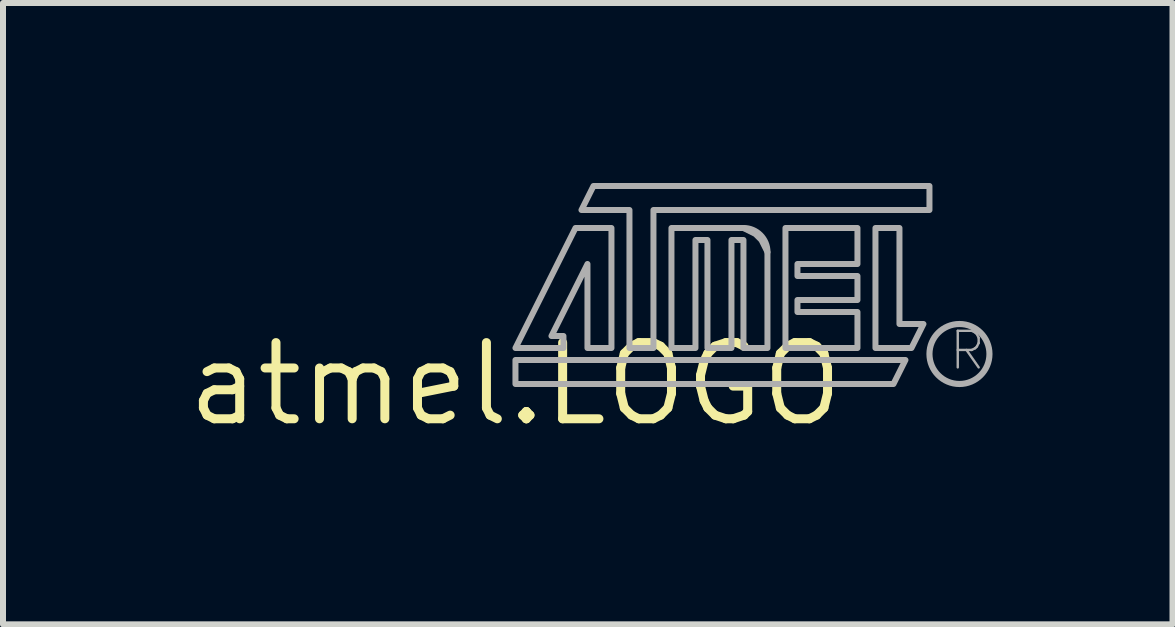
<source format=kicad_pcb>
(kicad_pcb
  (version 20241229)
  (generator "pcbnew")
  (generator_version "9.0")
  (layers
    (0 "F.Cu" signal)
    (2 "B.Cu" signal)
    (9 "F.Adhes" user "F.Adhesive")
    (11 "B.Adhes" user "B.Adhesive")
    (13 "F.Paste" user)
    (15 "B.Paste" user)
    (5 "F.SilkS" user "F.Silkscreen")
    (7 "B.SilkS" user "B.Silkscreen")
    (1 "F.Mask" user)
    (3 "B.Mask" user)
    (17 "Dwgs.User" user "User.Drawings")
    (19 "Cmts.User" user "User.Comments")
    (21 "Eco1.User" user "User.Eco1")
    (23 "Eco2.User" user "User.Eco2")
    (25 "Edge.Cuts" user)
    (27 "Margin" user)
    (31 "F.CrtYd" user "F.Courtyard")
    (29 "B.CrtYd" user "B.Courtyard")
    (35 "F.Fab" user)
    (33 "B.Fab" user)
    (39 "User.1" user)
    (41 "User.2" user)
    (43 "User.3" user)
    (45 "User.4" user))
  (footprint "atmel.LOGO"
    (layer "F.Cu")
    (at 5.541 3.35)
    (property "Reference" "atmel.LOGO" (at 0 0 0) (layer "F.SilkS") (effects (font (size 1.27 1.27) (thickness 0.15))))
    (fp_arc (start 3.8001 -2.5999) (mid 4.082878 -2.482707) (end 4.2 -2.1999) (stroke (width 0.1016) (type default)) (layer "F.Fab"))
    (fp_circle (center 7.4 -0.5) (end 7.9 -0.5) (stroke (width 0.102) (type default)) (fill no) (layer "F.Fab"))
    (fp_poly (pts (xy 0 -0.4) (xy 0 0) (xy 6.3 0) (xy 6.5 -0.4)) (stroke (width 0.1) (type default)) (fill no) (layer "F.Fab"))
    (fp_poly (pts (xy 6 -2.6) (xy 6 -0.6) (xy 6.6 -0.6) (xy 6.8 -1) (xy 6.4 -1) (xy 6.4 -2.6)) (stroke (width 0.1) (type default)) (fill no) (layer "F.Fab"))
    (fp_poly (pts (xy 1.1 -2.9) (xy 1.3 -3.3) (xy 6.9 -3.3) (xy 6.9 -2.9) (xy 2.3 -2.9) (xy 2.3 -0.6) (xy 1.9 -0.6) (xy 1.9 -2.9)) (stroke (width 0.1) (type default)) (fill no) (layer "F.Fab"))
    (fp_poly (pts (xy 0 -0.6) (xy 1 -2.6) (xy 1.6 -2.6) (xy 1.6 -0.6) (xy 1.2 -0.6) (xy 1.2 -2) (xy 0.6 -0.8) (xy 0.8 -0.8) (xy 0.8 -0.6)) (stroke (width 0.1) (type default)) (fill no) (layer "F.Fab"))
    (fp_poly (pts (xy 4.5 -2.6) (xy 4.5 -0.6) (xy 5.7 -0.6) (xy 5.7 -1.2) (xy 4.7 -1.2) (xy 4.7 -1.4) (xy 5.7 -1.4) (xy 5.7 -1.8) (xy 4.7 -1.8) (xy 4.7 -2) (xy 5.7 -2) (xy 5.7 -2.6)) (stroke (width 0.1) (type default)) (fill no) (layer "F.Fab"))
    (fp_poly (pts (xy 2.6 -2.6) (xy 2.6 -0.6) (xy 3 -0.6) (xy 3 -2.4) (xy 3.2 -2.4) (xy 3.2 -0.6) (xy 3.6 -0.6) (xy 3.6 -2.4) (xy 3.8 -2.4) (xy 3.8 -0.6) (xy 4.2 -0.6) (xy 4.2 -2.2) (xy 4.1 -2.4) (xy 4 -2.5) (xy 3.8 -2.6)) (stroke (width 0.1) (type default)) (fill no) (layer "F.Fab"))
    (fp_text user "R" (at 7.2 -0.2 0) (layer "F.Fab") (effects (font (size 0.61 0.61) (thickness 0.04)) (justify left bottom))))
  (gr_rect
    (start -3 -3)
    (end 16.492 7.356)
    (stroke (width 0.1) (type default))
    (fill no)
    (layer "Edge.Cuts")))
</source>
